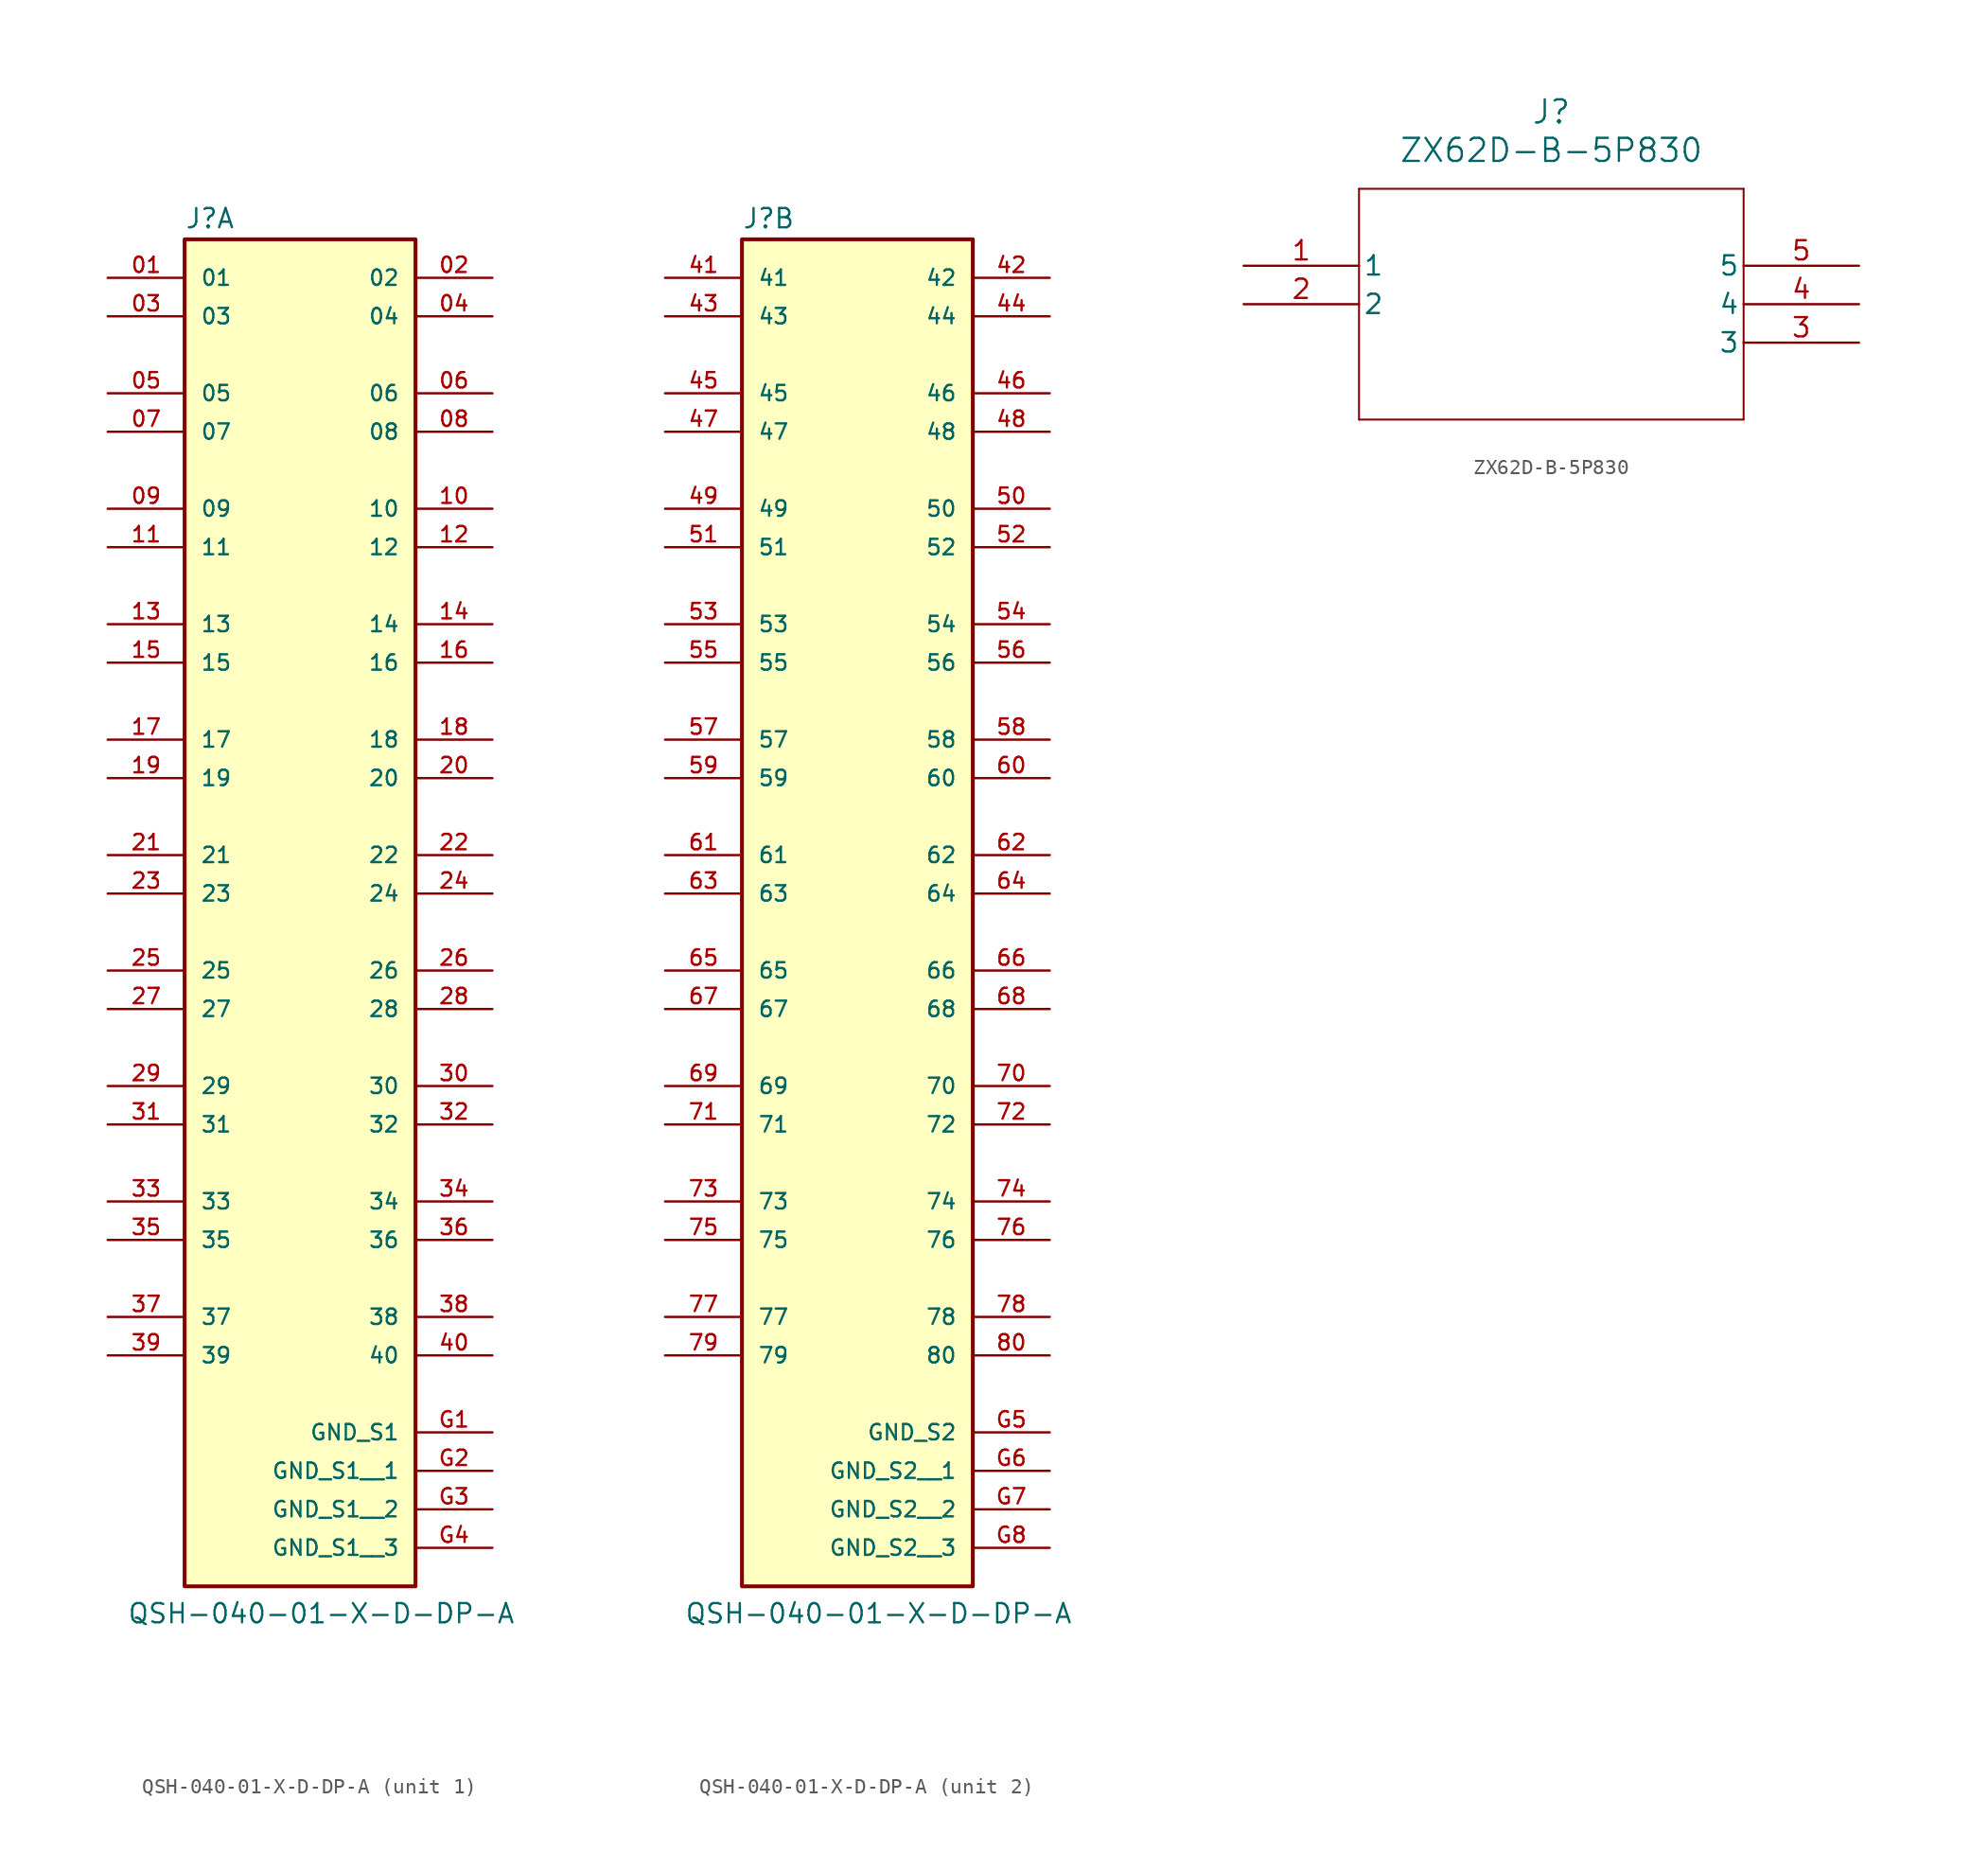
<source format=kicad_sym>
(kicad_symbol_lib
  (version 20231120)
  (generator "kicad_symbol_editor")
  (generator_version "8.0")
  (symbol "QSH-040-01-X-D-DP-A"
    (pin_names
      (offset 1.016))
    (property "Reference" "J"
      (at -7.62 41.275 0)
      (effects (font (size 1.27 1.27)) (justify left bottom)))
    (property "Value" "QSH-040-01-X-D-DP-A"
      (at -11.43 -50.8 0)
      (effects (font (size 1.27 1.27)) (justify left bottom)))
    (symbol "QSH-040-01-X-D-DP-A_1_0"
      (rectangle (start -7.62 -48.26) (end 7.62 40.64) (stroke (width 0.254) (type default)) (fill (type background)))
      (pin passive line (at -12.7 38.1 0) (length 5.08) (name "01" (effects (font (size 1.016 1.016)))) (number "01" (effects (font (size 1.016 1.016)))))
      (pin passive line (at 12.7 38.1 180) (length 5.08) (name "02" (effects (font (size 1.016 1.016)))) (number "02" (effects (font (size 1.016 1.016)))))
      (pin passive line (at -12.7 35.56 0) (length 5.08) (name "03" (effects (font (size 1.016 1.016)))) (number "03" (effects (font (size 1.016 1.016)))))
      (pin passive line (at 12.7 35.56 180) (length 5.08) (name "04" (effects (font (size 1.016 1.016)))) (number "04" (effects (font (size 1.016 1.016)))))
      (pin passive line (at -12.7 30.48 0) (length 5.08) (name "05" (effects (font (size 1.016 1.016)))) (number "05" (effects (font (size 1.016 1.016)))))
      (pin passive line (at 12.7 30.48 180) (length 5.08) (name "06" (effects (font (size 1.016 1.016)))) (number "06" (effects (font (size 1.016 1.016)))))
      (pin passive line (at -12.7 27.94 0) (length 5.08) (name "07" (effects (font (size 1.016 1.016)))) (number "07" (effects (font (size 1.016 1.016)))))
      (pin passive line (at 12.7 27.94 180) (length 5.08) (name "08" (effects (font (size 1.016 1.016)))) (number "08" (effects (font (size 1.016 1.016)))))
      (pin passive line (at -12.7 22.86 0) (length 5.08) (name "09" (effects (font (size 1.016 1.016)))) (number "09" (effects (font (size 1.016 1.016)))))
      (pin passive line (at 12.7 22.86 180) (length 5.08) (name "10" (effects (font (size 1.016 1.016)))) (number "10" (effects (font (size 1.016 1.016)))))
      (pin passive line (at -12.7 20.32 0) (length 5.08) (name "11" (effects (font (size 1.016 1.016)))) (number "11" (effects (font (size 1.016 1.016)))))
      (pin passive line (at 12.7 20.32 180) (length 5.08) (name "12" (effects (font (size 1.016 1.016)))) (number "12" (effects (font (size 1.016 1.016)))))
      (pin passive line (at -12.7 15.24 0) (length 5.08) (name "13" (effects (font (size 1.016 1.016)))) (number "13" (effects (font (size 1.016 1.016)))))
      (pin passive line (at 12.7 15.24 180) (length 5.08) (name "14" (effects (font (size 1.016 1.016)))) (number "14" (effects (font (size 1.016 1.016)))))
      (pin passive line (at -12.7 12.7 0) (length 5.08) (name "15" (effects (font (size 1.016 1.016)))) (number "15" (effects (font (size 1.016 1.016)))))
      (pin passive line (at 12.7 12.7 180) (length 5.08) (name "16" (effects (font (size 1.016 1.016)))) (number "16" (effects (font (size 1.016 1.016)))))
      (pin passive line (at -12.7 7.62 0) (length 5.08) (name "17" (effects (font (size 1.016 1.016)))) (number "17" (effects (font (size 1.016 1.016)))))
      (pin passive line (at 12.7 7.62 180) (length 5.08) (name "18" (effects (font (size 1.016 1.016)))) (number "18" (effects (font (size 1.016 1.016)))))
      (pin passive line (at -12.7 5.08 0) (length 5.08) (name "19" (effects (font (size 1.016 1.016)))) (number "19" (effects (font (size 1.016 1.016)))))
      (pin passive line (at 12.7 5.08 180) (length 5.08) (name "20" (effects (font (size 1.016 1.016)))) (number "20" (effects (font (size 1.016 1.016)))))
      (pin passive line (at -12.7 0 0) (length 5.08) (name "21" (effects (font (size 1.016 1.016)))) (number "21" (effects (font (size 1.016 1.016)))))
      (pin passive line (at 12.7 0 180) (length 5.08) (name "22" (effects (font (size 1.016 1.016)))) (number "22" (effects (font (size 1.016 1.016)))))
      (pin passive line (at -12.7 -2.54 0) (length 5.08) (name "23" (effects (font (size 1.016 1.016)))) (number "23" (effects (font (size 1.016 1.016)))))
      (pin passive line (at 12.7 -2.54 180) (length 5.08) (name "24" (effects (font (size 1.016 1.016)))) (number "24" (effects (font (size 1.016 1.016)))))
      (pin passive line (at -12.7 -7.62 0) (length 5.08) (name "25" (effects (font (size 1.016 1.016)))) (number "25" (effects (font (size 1.016 1.016)))))
      (pin passive line (at 12.7 -7.62 180) (length 5.08) (name "26" (effects (font (size 1.016 1.016)))) (number "26" (effects (font (size 1.016 1.016)))))
      (pin passive line (at -12.7 -10.16 0) (length 5.08) (name "27" (effects (font (size 1.016 1.016)))) (number "27" (effects (font (size 1.016 1.016)))))
      (pin passive line (at 12.7 -10.16 180) (length 5.08) (name "28" (effects (font (size 1.016 1.016)))) (number "28" (effects (font (size 1.016 1.016)))))
      (pin passive line (at -12.7 -15.24 0) (length 5.08) (name "29" (effects (font (size 1.016 1.016)))) (number "29" (effects (font (size 1.016 1.016)))))
      (pin passive line (at 12.7 -15.24 180) (length 5.08) (name "30" (effects (font (size 1.016 1.016)))) (number "30" (effects (font (size 1.016 1.016)))))
      (pin passive line (at -12.7 -17.78 0) (length 5.08) (name "31" (effects (font (size 1.016 1.016)))) (number "31" (effects (font (size 1.016 1.016)))))
      (pin passive line (at 12.7 -17.78 180) (length 5.08) (name "32" (effects (font (size 1.016 1.016)))) (number "32" (effects (font (size 1.016 1.016)))))
      (pin passive line (at -12.7 -22.86 0) (length 5.08) (name "33" (effects (font (size 1.016 1.016)))) (number "33" (effects (font (size 1.016 1.016)))))
      (pin passive line (at 12.7 -22.86 180) (length 5.08) (name "34" (effects (font (size 1.016 1.016)))) (number "34" (effects (font (size 1.016 1.016)))))
      (pin passive line (at -12.7 -25.4 0) (length 5.08) (name "35" (effects (font (size 1.016 1.016)))) (number "35" (effects (font (size 1.016 1.016)))))
      (pin passive line (at 12.7 -25.4 180) (length 5.08) (name "36" (effects (font (size 1.016 1.016)))) (number "36" (effects (font (size 1.016 1.016)))))
      (pin passive line (at -12.7 -30.48 0) (length 5.08) (name "37" (effects (font (size 1.016 1.016)))) (number "37" (effects (font (size 1.016 1.016)))))
      (pin passive line (at 12.7 -30.48 180) (length 5.08) (name "38" (effects (font (size 1.016 1.016)))) (number "38" (effects (font (size 1.016 1.016)))))
      (pin passive line (at -12.7 -33.02 0) (length 5.08) (name "39" (effects (font (size 1.016 1.016)))) (number "39" (effects (font (size 1.016 1.016)))))
      (pin passive line (at 12.7 -33.02 180) (length 5.08) (name "40" (effects (font (size 1.016 1.016)))) (number "40" (effects (font (size 1.016 1.016)))))
      (pin power_in line (at 12.7 -38.1 180) (length 5.08) (name "GND_S1" (effects (font (size 1.016 1.016)))) (number "G1" (effects (font (size 1.016 1.016)))))
      (pin power_in line (at 12.7 -40.64 180) (length 5.08) (name "GND_S1__1" (effects (font (size 1.016 1.016)))) (number "G2" (effects (font (size 1.016 1.016)))))
      (pin power_in line (at 12.7 -43.18 180) (length 5.08) (name "GND_S1__2" (effects (font (size 1.016 1.016)))) (number "G3" (effects (font (size 1.016 1.016)))))
      (pin power_in line (at 12.7 -45.72 180) (length 5.08) (name "GND_S1__3" (effects (font (size 1.016 1.016)))) (number "G4" (effects (font (size 1.016 1.016))))))
    (symbol "QSH-040-01-X-D-DP-A_2_0"
      (rectangle (start -7.62 -48.26) (end 7.62 40.64) (stroke (width 0.254) (type default)) (fill (type background)))
      (pin passive line (at -12.7 38.1 0) (length 5.08) (name "41" (effects (font (size 1.016 1.016)))) (number "41" (effects (font (size 1.016 1.016)))))
      (pin passive line (at 12.7 38.1 180) (length 5.08) (name "42" (effects (font (size 1.016 1.016)))) (number "42" (effects (font (size 1.016 1.016)))))
      (pin passive line (at -12.7 35.56 0) (length 5.08) (name "43" (effects (font (size 1.016 1.016)))) (number "43" (effects (font (size 1.016 1.016)))))
      (pin passive line (at 12.7 35.56 180) (length 5.08) (name "44" (effects (font (size 1.016 1.016)))) (number "44" (effects (font (size 1.016 1.016)))))
      (pin passive line (at -12.7 30.48 0) (length 5.08) (name "45" (effects (font (size 1.016 1.016)))) (number "45" (effects (font (size 1.016 1.016)))))
      (pin passive line (at 12.7 30.48 180) (length 5.08) (name "46" (effects (font (size 1.016 1.016)))) (number "46" (effects (font (size 1.016 1.016)))))
      (pin passive line (at -12.7 27.94 0) (length 5.08) (name "47" (effects (font (size 1.016 1.016)))) (number "47" (effects (font (size 1.016 1.016)))))
      (pin passive line (at 12.7 27.94 180) (length 5.08) (name "48" (effects (font (size 1.016 1.016)))) (number "48" (effects (font (size 1.016 1.016)))))
      (pin passive line (at -12.7 22.86 0) (length 5.08) (name "49" (effects (font (size 1.016 1.016)))) (number "49" (effects (font (size 1.016 1.016)))))
      (pin passive line (at 12.7 22.86 180) (length 5.08) (name "50" (effects (font (size 1.016 1.016)))) (number "50" (effects (font (size 1.016 1.016)))))
      (pin passive line (at -12.7 20.32 0) (length 5.08) (name "51" (effects (font (size 1.016 1.016)))) (number "51" (effects (font (size 1.016 1.016)))))
      (pin passive line (at 12.7 20.32 180) (length 5.08) (name "52" (effects (font (size 1.016 1.016)))) (number "52" (effects (font (size 1.016 1.016)))))
      (pin passive line (at -12.7 15.24 0) (length 5.08) (name "53" (effects (font (size 1.016 1.016)))) (number "53" (effects (font (size 1.016 1.016)))))
      (pin passive line (at 12.7 15.24 180) (length 5.08) (name "54" (effects (font (size 1.016 1.016)))) (number "54" (effects (font (size 1.016 1.016)))))
      (pin passive line (at -12.7 12.7 0) (length 5.08) (name "55" (effects (font (size 1.016 1.016)))) (number "55" (effects (font (size 1.016 1.016)))))
      (pin passive line (at 12.7 12.7 180) (length 5.08) (name "56" (effects (font (size 1.016 1.016)))) (number "56" (effects (font (size 1.016 1.016)))))
      (pin passive line (at -12.7 7.62 0) (length 5.08) (name "57" (effects (font (size 1.016 1.016)))) (number "57" (effects (font (size 1.016 1.016)))))
      (pin passive line (at 12.7 7.62 180) (length 5.08) (name "58" (effects (font (size 1.016 1.016)))) (number "58" (effects (font (size 1.016 1.016)))))
      (pin passive line (at -12.7 5.08 0) (length 5.08) (name "59" (effects (font (size 1.016 1.016)))) (number "59" (effects (font (size 1.016 1.016)))))
      (pin passive line (at 12.7 5.08 180) (length 5.08) (name "60" (effects (font (size 1.016 1.016)))) (number "60" (effects (font (size 1.016 1.016)))))
      (pin passive line (at -12.7 0 0) (length 5.08) (name "61" (effects (font (size 1.016 1.016)))) (number "61" (effects (font (size 1.016 1.016)))))
      (pin passive line (at 12.7 0 180) (length 5.08) (name "62" (effects (font (size 1.016 1.016)))) (number "62" (effects (font (size 1.016 1.016)))))
      (pin passive line (at -12.7 -2.54 0) (length 5.08) (name "63" (effects (font (size 1.016 1.016)))) (number "63" (effects (font (size 1.016 1.016)))))
      (pin passive line (at 12.7 -2.54 180) (length 5.08) (name "64" (effects (font (size 1.016 1.016)))) (number "64" (effects (font (size 1.016 1.016)))))
      (pin passive line (at -12.7 -7.62 0) (length 5.08) (name "65" (effects (font (size 1.016 1.016)))) (number "65" (effects (font (size 1.016 1.016)))))
      (pin passive line (at 12.7 -7.62 180) (length 5.08) (name "66" (effects (font (size 1.016 1.016)))) (number "66" (effects (font (size 1.016 1.016)))))
      (pin passive line (at -12.7 -10.16 0) (length 5.08) (name "67" (effects (font (size 1.016 1.016)))) (number "67" (effects (font (size 1.016 1.016)))))
      (pin passive line (at 12.7 -10.16 180) (length 5.08) (name "68" (effects (font (size 1.016 1.016)))) (number "68" (effects (font (size 1.016 1.016)))))
      (pin passive line (at -12.7 -15.24 0) (length 5.08) (name "69" (effects (font (size 1.016 1.016)))) (number "69" (effects (font (size 1.016 1.016)))))
      (pin passive line (at 12.7 -15.24 180) (length 5.08) (name "70" (effects (font (size 1.016 1.016)))) (number "70" (effects (font (size 1.016 1.016)))))
      (pin passive line (at -12.7 -17.78 0) (length 5.08) (name "71" (effects (font (size 1.016 1.016)))) (number "71" (effects (font (size 1.016 1.016)))))
      (pin passive line (at 12.7 -17.78 180) (length 5.08) (name "72" (effects (font (size 1.016 1.016)))) (number "72" (effects (font (size 1.016 1.016)))))
      (pin passive line (at -12.7 -22.86 0) (length 5.08) (name "73" (effects (font (size 1.016 1.016)))) (number "73" (effects (font (size 1.016 1.016)))))
      (pin passive line (at 12.7 -22.86 180) (length 5.08) (name "74" (effects (font (size 1.016 1.016)))) (number "74" (effects (font (size 1.016 1.016)))))
      (pin passive line (at -12.7 -25.4 0) (length 5.08) (name "75" (effects (font (size 1.016 1.016)))) (number "75" (effects (font (size 1.016 1.016)))))
      (pin passive line (at 12.7 -25.4 180) (length 5.08) (name "76" (effects (font (size 1.016 1.016)))) (number "76" (effects (font (size 1.016 1.016)))))
      (pin passive line (at -12.7 -30.48 0) (length 5.08) (name "77" (effects (font (size 1.016 1.016)))) (number "77" (effects (font (size 1.016 1.016)))))
      (pin passive line (at 12.7 -30.48 180) (length 5.08) (name "78" (effects (font (size 1.016 1.016)))) (number "78" (effects (font (size 1.016 1.016)))))
      (pin passive line (at -12.7 -33.02 0) (length 5.08) (name "79" (effects (font (size 1.016 1.016)))) (number "79" (effects (font (size 1.016 1.016)))))
      (pin passive line (at 12.7 -33.02 180) (length 5.08) (name "80" (effects (font (size 1.016 1.016)))) (number "80" (effects (font (size 1.016 1.016)))))
      (pin power_in line (at 12.7 -38.1 180) (length 5.08) (name "GND_S2" (effects (font (size 1.016 1.016)))) (number "G5" (effects (font (size 1.016 1.016)))))
      (pin power_in line (at 12.7 -40.64 180) (length 5.08) (name "GND_S2__1" (effects (font (size 1.016 1.016)))) (number "G6" (effects (font (size 1.016 1.016)))))
      (pin power_in line (at 12.7 -43.18 180) (length 5.08) (name "GND_S2__2" (effects (font (size 1.016 1.016)))) (number "G7" (effects (font (size 1.016 1.016)))))
      (pin power_in line (at 12.7 -45.72 180) (length 5.08) (name "GND_S2__3" (effects (font (size 1.016 1.016)))) (number "G8" (effects (font (size 1.016 1.016)))))))
  (symbol "ZX62D-B-5P830"
    (pin_names
      (offset 0.254))
    (property "Reference" "J"
      (at 20.32 10.16 0)
      (effects (font (size 1.524 1.524))))
    (property "Value" "ZX62D-B-5P830"
      (at 20.32 7.62 0)
      (effects (font (size 1.524 1.524))))
    (property "ki_locked" ""
      (at 0 0 0)
      (effects (font (size 1.27 1.27))))
    (symbol "ZX62D-B-5P830_1_1"
      (polyline (pts (xy 7.62 -10.16) (xy 33.02 -10.16)) (stroke (width 0.127) (type default)) (fill (type none)))
      (polyline (pts (xy 7.62 5.08) (xy 7.62 -10.16)) (stroke (width 0.127) (type default)) (fill (type none)))
      (polyline (pts (xy 33.02 -10.16) (xy 33.02 5.08)) (stroke (width 0.127) (type default)) (fill (type none)))
      (polyline (pts (xy 33.02 5.08) (xy 7.62 5.08)) (stroke (width 0.127) (type default)) (fill (type none)))
      (pin unspecified line (at 0 0 0) (length 7.62) (name "1" (effects (font (size 1.27 1.27)))) (number "1" (effects (font (size 1.27 1.27)))))
      (pin unspecified line (at 0 -2.54 0) (length 7.62) (name "2" (effects (font (size 1.27 1.27)))) (number "2" (effects (font (size 1.27 1.27)))))
      (pin unspecified line (at 40.64 -5.08 180) (length 7.62) (name "3" (effects (font (size 1.27 1.27)))) (number "3" (effects (font (size 1.27 1.27)))))
      (pin unspecified line (at 40.64 -2.54 180) (length 7.62) (name "4" (effects (font (size 1.27 1.27)))) (number "4" (effects (font (size 1.27 1.27)))))
      (pin unspecified line (at 40.64 0 180) (length 7.62) (name "5" (effects (font (size 1.27 1.27)))) (number "5" (effects (font (size 1.27 1.27))))))))
</source>
